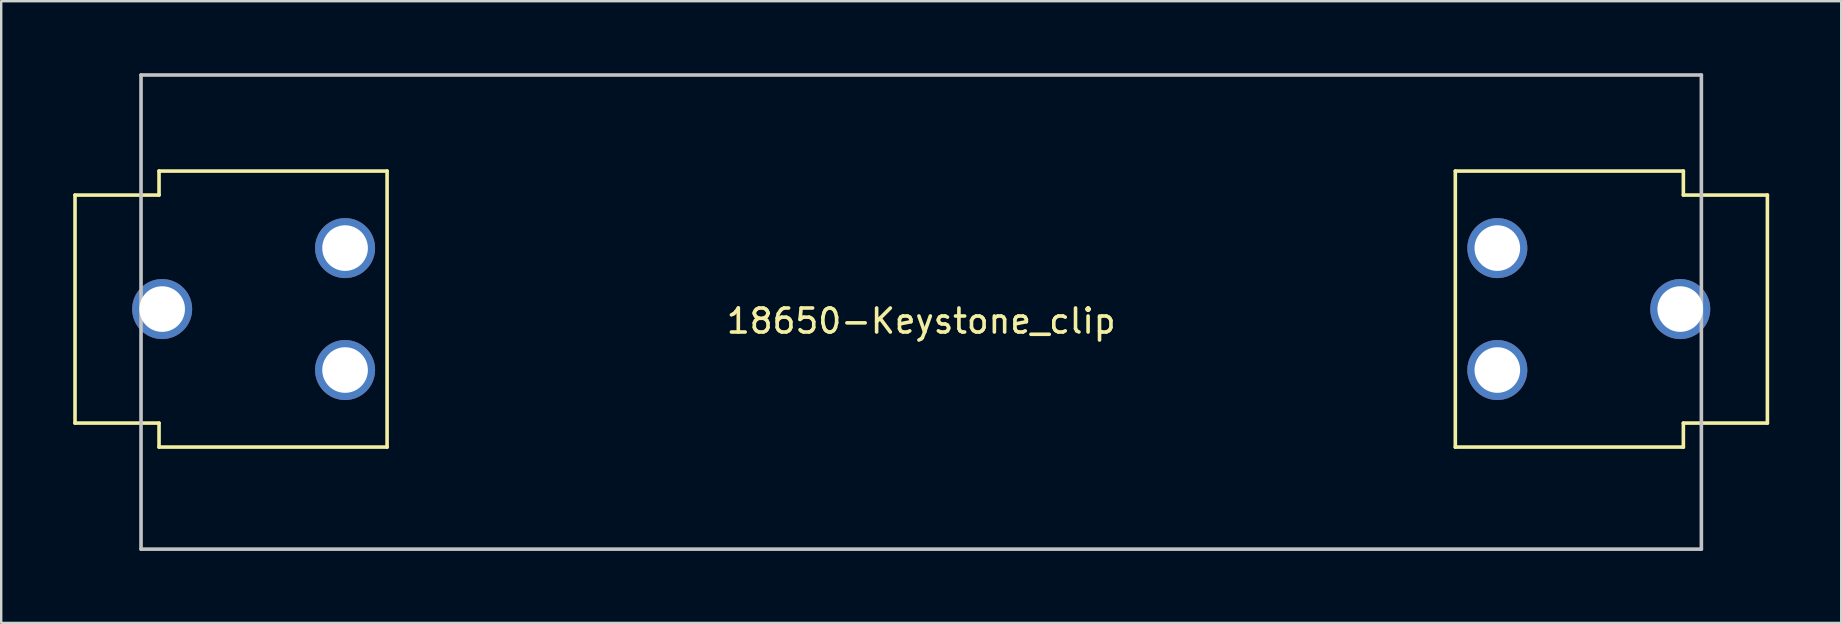
<source format=kicad_pcb>
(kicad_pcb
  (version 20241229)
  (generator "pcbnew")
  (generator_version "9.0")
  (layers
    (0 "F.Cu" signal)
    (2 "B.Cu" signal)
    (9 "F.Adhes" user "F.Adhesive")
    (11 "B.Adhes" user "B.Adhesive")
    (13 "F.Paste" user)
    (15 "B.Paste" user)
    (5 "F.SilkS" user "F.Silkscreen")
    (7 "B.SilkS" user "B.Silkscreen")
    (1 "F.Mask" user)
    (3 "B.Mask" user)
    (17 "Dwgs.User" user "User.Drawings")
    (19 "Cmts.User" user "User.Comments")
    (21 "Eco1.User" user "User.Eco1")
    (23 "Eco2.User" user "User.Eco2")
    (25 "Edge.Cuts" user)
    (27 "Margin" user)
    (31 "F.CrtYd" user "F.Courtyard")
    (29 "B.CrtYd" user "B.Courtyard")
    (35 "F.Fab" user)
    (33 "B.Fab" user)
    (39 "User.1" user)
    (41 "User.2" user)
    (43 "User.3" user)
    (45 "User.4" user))
  (footprint "18650-Keystone_clip"
    (layer "F.Cu")
    (at 35.325 9.825)
    (property "Reference" "18650-Keystone_clip" (at 0 0.5 0) (layer "F.SilkS") (effects (font (size 1 1) (thickness 0.15))))
    (attr through_hole)
    (fp_line (start -35.25 -4.75) (end -35.25 4.75) (stroke (width 0.15) (type solid)) (layer "F.SilkS"))
    (fp_line (start -35.25 4.75) (end -31.75 4.75) (stroke (width 0.15) (type solid)) (layer "F.SilkS"))
    (fp_line (start -31.75 -5.75) (end -31.75 -4.75) (stroke (width 0.15) (type solid)) (layer "F.SilkS"))
    (fp_line (start -31.75 -4.75) (end -35.25 -4.75) (stroke (width 0.15) (type solid)) (layer "F.SilkS"))
    (fp_line (start -31.75 5.75) (end -31.75 4.75) (stroke (width 0.15) (type solid)) (layer "F.SilkS"))
    (fp_line (start -22.25 -5.75) (end -31.75 -5.75) (stroke (width 0.15) (type solid)) (layer "F.SilkS"))
    (fp_line (start -22.25 5.75) (end -31.75 5.75) (stroke (width 0.15) (type solid)) (layer "F.SilkS"))
    (fp_line (start -22.25 5.75) (end -22.25 -5.75) (stroke (width 0.15) (type solid)) (layer "F.SilkS"))
    (fp_line (start 22.25 -5.75) (end 31.75 -5.75) (stroke (width 0.15) (type solid)) (layer "F.SilkS"))
    (fp_line (start 22.25 5.75) (end 22.25 -5.75) (stroke (width 0.15) (type solid)) (layer "F.SilkS"))
    (fp_line (start 22.25 5.75) (end 31.75 5.75) (stroke (width 0.15) (type solid)) (layer "F.SilkS"))
    (fp_line (start 31.75 -5.75) (end 31.75 -4.75) (stroke (width 0.15) (type solid)) (layer "F.SilkS"))
    (fp_line (start 31.75 -4.75) (end 35.25 -4.75) (stroke (width 0.15) (type solid)) (layer "F.SilkS"))
    (fp_line (start 31.75 5.75) (end 31.75 4.75) (stroke (width 0.15) (type solid)) (layer "F.SilkS"))
    (fp_line (start 35.25 -4.75) (end 35.25 4.75) (stroke (width 0.15) (type solid)) (layer "F.SilkS"))
    (fp_line (start 35.25 4.75) (end 31.75 4.75) (stroke (width 0.15) (type solid)) (layer "F.SilkS"))
    (fp_line (start -32.5 -9.75) (end -32.5 10) (stroke (width 0.15) (type solid)) (layer "Dwgs.User"))
    (fp_line (start -32.5 10) (end 32.5 10) (stroke (width 0.15) (type solid)) (layer "Dwgs.User"))
    (fp_line (start 32.5 -9.75) (end -32.5 -9.75) (stroke (width 0.15) (type solid)) (layer "Dwgs.User"))
    (fp_line (start 32.5 10) (end 32.5 -9.75) (stroke (width 0.15) (type solid)) (layer "Dwgs.User"))
    (pad "1" thru_hole circle (at -31.62 0) (size 2.5 2.5) (drill 1.9) (layers "*.Cu" "*.Mask"))
    (pad "1" thru_hole circle (at -24 -2.54) (size 2.5 2.5) (drill 1.9) (layers "*.Cu" "*.Mask"))
    (pad "1" thru_hole circle (at -24 2.54) (size 2.5 2.5) (drill 1.9) (layers "*.Cu" "*.Mask"))
    (pad "2" thru_hole circle (at 24 -2.54) (size 2.5 2.5) (drill 1.9) (layers "*.Cu" "*.Mask"))
    (pad "2" thru_hole circle (at 24 2.54) (size 2.5 2.5) (drill 1.9) (layers "*.Cu" "*.Mask"))
    (pad "2" thru_hole circle (at 31.62 0) (size 2.5 2.5) (drill 1.9) (layers "*.Cu" "*.Mask")))
  (gr_rect
    (start -3 -3)
    (end 73.65 22.9)
    (stroke (width 0.1) (type default))
    (fill no)
    (layer "Edge.Cuts")))
</source>
